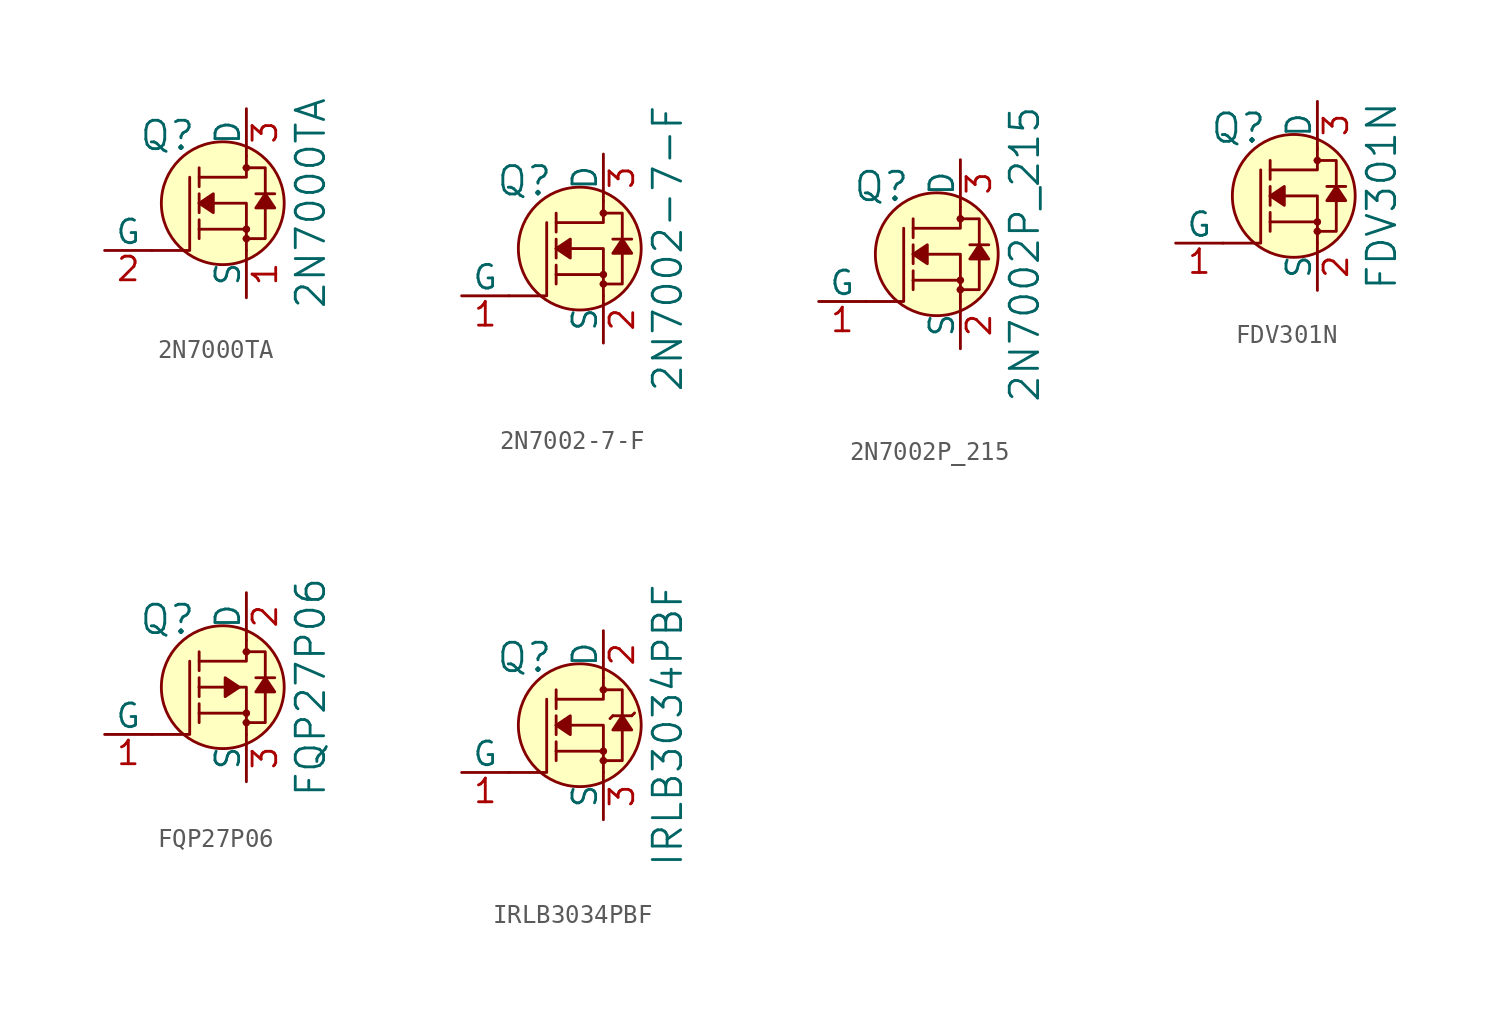
<source format=kicad_sym>
(kicad_symbol_lib
  (version 20220914)
  (generator kicad_symbol_editor)
  (symbol "2N7000TA"
    (pin_names
      (offset 0))
    (property "Reference" "Q"
      (at -2.692 3.632 0)
      (effects (font (size 1.524 1.524)) (justify right)))
    (property "Value" "2N7000TA"
      (at 3.454 0 90)
      (effects (font (size 1.524 1.524))))
    (symbol "2N7000TA_0_1"
      (circle (center -1.27 0) (radius 3.302) (stroke (width 0) (type solid)) (fill (type background)))
      (circle (center 0 -1.905) (radius 0.127) (stroke (width 0) (type solid)) (fill (type none)))
      (circle (center 0 -1.397) (radius 0.127) (stroke (width 0) (type solid)) (fill (type none)))
      (polyline (pts (xy 0 -1.397) (xy -2.54 -1.397)) (stroke (width 0) (type solid)) (fill (type none)))
      (polyline (pts (xy -5.08 -2.54) (xy -3.048 -2.54) (xy -3.048 1.397)) (stroke (width 0) (type solid)) (fill (type none)))
      (polyline (pts (xy 0 -2.54) (xy 0 0) (xy -2.54 0)) (stroke (width 0) (type solid)) (fill (type none)))
      (polyline (pts (xy 0 2.54) (xy 0 1.397) (xy -2.54 1.397)) (stroke (width 0) (type solid)) (fill (type none)))
      (polyline (pts (xy -0.127 -1.905) (xy 1.016 -1.905) (xy 1.016 1.397) (xy 1.016 1.905) (xy -0.127 1.905)) (stroke (width 0) (type solid)) (fill (type none)))
      (circle (center 0 1.905) (radius 0.127) (stroke (width 0) (type solid)) (fill (type none))))
    (symbol "2N7000TA_1_1"
      (polyline (pts (xy -2.54 -1.397) (xy -2.54 -1.905)) (stroke (width 0) (type solid)) (fill (type none)))
      (polyline (pts (xy -2.54 -1.397) (xy -2.54 -0.889)) (stroke (width 0) (type solid)) (fill (type none)))
      (polyline (pts (xy -2.54 0) (xy -2.54 -0.508)) (stroke (width 0) (type solid)) (fill (type none)))
      (polyline (pts (xy -2.54 0) (xy -2.54 0.508)) (stroke (width 0) (type solid)) (fill (type none)))
      (polyline (pts (xy -2.54 1.905) (xy -2.54 0.889)) (stroke (width 0) (type solid)) (fill (type none)))
      (polyline (pts (xy 1.524 0.508) (xy 0.508 0.508)) (stroke (width 0) (type solid)) (fill (type none)))
      (polyline (pts (xy -2.54 0) (xy -1.778 0.508) (xy -1.778 -0.508) (xy -2.54 0)) (stroke (width 0) (type solid)) (fill (type outline)))
      (polyline (pts (xy 1.016 0.508) (xy 0.508 -0.254) (xy 1.524 -0.254) (xy 1.016 0.508)) (stroke (width 0) (type solid)) (fill (type outline)))
      (pin bidirectional line (at 0 -5.08 90) (length 2.54) (name "S" (effects (font (size 1.27 1.27)))) (number "1" (effects (font (size 1.27 1.27)))))
      (pin bidirectional line (at -7.62 -2.54 0) (length 2.54) (name "G" (effects (font (size 1.27 1.27)))) (number "2" (effects (font (size 1.27 1.27)))))
      (pin bidirectional line (at 0 5.08 270) (length 2.54) (name "D" (effects (font (size 1.27 1.27)))) (number "3" (effects (font (size 1.27 1.27)))))))
  (symbol "2N7002-7-F"
    (pin_names
      (offset 0))
    (property "Reference" "Q"
      (at -2.692 3.632 0)
      (effects (font (size 1.524 1.524)) (justify right)))
    (property "Value" "2N7002-7-F"
      (at 3.454 0 90)
      (effects (font (size 1.524 1.524))))
    (symbol "2N7002-7-F_0_1"
      (circle (center -1.27 0) (radius 3.302) (stroke (width 0) (type solid)) (fill (type background)))
      (circle (center 0 -1.905) (radius 0.127) (stroke (width 0) (type solid)) (fill (type none)))
      (circle (center 0 -1.397) (radius 0.127) (stroke (width 0) (type solid)) (fill (type none)))
      (polyline (pts (xy 0 -1.397) (xy -2.54 -1.397)) (stroke (width 0) (type solid)) (fill (type none)))
      (polyline (pts (xy -5.08 -2.54) (xy -3.048 -2.54) (xy -3.048 1.397)) (stroke (width 0) (type solid)) (fill (type none)))
      (polyline (pts (xy 0 -2.54) (xy 0 0) (xy -2.54 0)) (stroke (width 0) (type solid)) (fill (type none)))
      (polyline (pts (xy 0 2.54) (xy 0 1.397) (xy -2.54 1.397)) (stroke (width 0) (type solid)) (fill (type none)))
      (polyline (pts (xy -0.127 -1.905) (xy 1.016 -1.905) (xy 1.016 1.397) (xy 1.016 1.905) (xy -0.127 1.905)) (stroke (width 0) (type solid)) (fill (type none)))
      (circle (center 0 1.905) (radius 0.127) (stroke (width 0) (type solid)) (fill (type none))))
    (symbol "2N7002-7-F_1_1"
      (polyline (pts (xy -2.54 -1.397) (xy -2.54 -1.905)) (stroke (width 0) (type solid)) (fill (type none)))
      (polyline (pts (xy -2.54 -1.397) (xy -2.54 -0.889)) (stroke (width 0) (type solid)) (fill (type none)))
      (polyline (pts (xy -2.54 0) (xy -2.54 -0.508)) (stroke (width 0) (type solid)) (fill (type none)))
      (polyline (pts (xy -2.54 0) (xy -2.54 0.508)) (stroke (width 0) (type solid)) (fill (type none)))
      (polyline (pts (xy -2.54 1.905) (xy -2.54 0.889)) (stroke (width 0) (type solid)) (fill (type none)))
      (polyline (pts (xy 1.524 0.508) (xy 0.508 0.508)) (stroke (width 0) (type solid)) (fill (type none)))
      (polyline (pts (xy -2.54 0) (xy -1.778 0.508) (xy -1.778 -0.508) (xy -2.54 0)) (stroke (width 0) (type solid)) (fill (type outline)))
      (polyline (pts (xy 1.016 0.508) (xy 0.508 -0.254) (xy 1.524 -0.254) (xy 1.016 0.508)) (stroke (width 0) (type solid)) (fill (type outline)))
      (pin bidirectional line (at -7.62 -2.54 0) (length 2.54) (name "G" (effects (font (size 1.27 1.27)))) (number "1" (effects (font (size 1.27 1.27)))))
      (pin bidirectional line (at 0 -5.08 90) (length 2.54) (name "S" (effects (font (size 1.27 1.27)))) (number "2" (effects (font (size 1.27 1.27)))))
      (pin bidirectional line (at 0 5.08 270) (length 2.54) (name "D" (effects (font (size 1.27 1.27)))) (number "3" (effects (font (size 1.27 1.27)))))))
  (symbol "2N7002P_215"
    (pin_names
      (offset 0))
    (property "Reference" "Q"
      (at -2.692 3.632 0)
      (effects (font (size 1.524 1.524)) (justify right)))
    (property "Value" "2N7002P_215"
      (at 3.454 0 90)
      (effects (font (size 1.524 1.524))))
    (symbol "2N7002P_215_0_1"
      (circle (center -1.27 0) (radius 3.302) (stroke (width 0) (type solid)) (fill (type background)))
      (circle (center 0 -1.905) (radius 0.127) (stroke (width 0) (type solid)) (fill (type none)))
      (circle (center 0 -1.397) (radius 0.127) (stroke (width 0) (type solid)) (fill (type none)))
      (polyline (pts (xy 0 -1.397) (xy -2.54 -1.397)) (stroke (width 0) (type solid)) (fill (type none)))
      (polyline (pts (xy -5.08 -2.54) (xy -3.048 -2.54) (xy -3.048 1.397)) (stroke (width 0) (type solid)) (fill (type none)))
      (polyline (pts (xy 0 -2.54) (xy 0 0) (xy -2.54 0)) (stroke (width 0) (type solid)) (fill (type none)))
      (polyline (pts (xy 0 2.54) (xy 0 1.397) (xy -2.54 1.397)) (stroke (width 0) (type solid)) (fill (type none)))
      (polyline (pts (xy -0.127 -1.905) (xy 1.016 -1.905) (xy 1.016 1.397) (xy 1.016 1.905) (xy -0.127 1.905)) (stroke (width 0) (type solid)) (fill (type none)))
      (circle (center 0 1.905) (radius 0.127) (stroke (width 0) (type solid)) (fill (type none))))
    (symbol "2N7002P_215_1_1"
      (polyline (pts (xy -2.54 -1.397) (xy -2.54 -1.905)) (stroke (width 0) (type solid)) (fill (type none)))
      (polyline (pts (xy -2.54 -1.397) (xy -2.54 -0.889)) (stroke (width 0) (type solid)) (fill (type none)))
      (polyline (pts (xy -2.54 0) (xy -2.54 -0.508)) (stroke (width 0) (type solid)) (fill (type none)))
      (polyline (pts (xy -2.54 0) (xy -2.54 0.508)) (stroke (width 0) (type solid)) (fill (type none)))
      (polyline (pts (xy -2.54 1.905) (xy -2.54 0.889)) (stroke (width 0) (type solid)) (fill (type none)))
      (polyline (pts (xy 1.524 0.508) (xy 0.508 0.508)) (stroke (width 0) (type solid)) (fill (type none)))
      (polyline (pts (xy -2.54 0) (xy -1.778 0.508) (xy -1.778 -0.508) (xy -2.54 0)) (stroke (width 0) (type solid)) (fill (type outline)))
      (polyline (pts (xy 1.016 0.508) (xy 0.508 -0.254) (xy 1.524 -0.254) (xy 1.016 0.508)) (stroke (width 0) (type solid)) (fill (type outline)))
      (pin bidirectional line (at -7.62 -2.54 0) (length 2.54) (name "G" (effects (font (size 1.27 1.27)))) (number "1" (effects (font (size 1.27 1.27)))))
      (pin bidirectional line (at 0 -5.08 90) (length 2.54) (name "S" (effects (font (size 1.27 1.27)))) (number "2" (effects (font (size 1.27 1.27)))))
      (pin bidirectional line (at 0 5.08 270) (length 2.54) (name "D" (effects (font (size 1.27 1.27)))) (number "3" (effects (font (size 1.27 1.27)))))))
  (symbol "FDV301N"
    (pin_names
      (offset 0))
    (property "Reference" "Q"
      (at -2.692 3.632 0)
      (effects (font (size 1.524 1.524)) (justify right)))
    (property "Value" "FDV301N"
      (at 3.454 0 90)
      (effects (font (size 1.524 1.524))))
    (symbol "FDV301N_0_1"
      (circle (center -1.27 0) (radius 3.302) (stroke (width 0) (type solid)) (fill (type background)))
      (circle (center 0 -1.905) (radius 0.127) (stroke (width 0) (type solid)) (fill (type none)))
      (circle (center 0 -1.397) (radius 0.127) (stroke (width 0) (type solid)) (fill (type none)))
      (polyline (pts (xy 0 -1.397) (xy -2.54 -1.397)) (stroke (width 0) (type solid)) (fill (type none)))
      (polyline (pts (xy -5.08 -2.54) (xy -3.048 -2.54) (xy -3.048 1.397)) (stroke (width 0) (type solid)) (fill (type none)))
      (polyline (pts (xy 0 -2.54) (xy 0 0) (xy -2.54 0)) (stroke (width 0) (type solid)) (fill (type none)))
      (polyline (pts (xy 0 2.54) (xy 0 1.397) (xy -2.54 1.397)) (stroke (width 0) (type solid)) (fill (type none)))
      (polyline (pts (xy -0.127 -1.905) (xy 1.016 -1.905) (xy 1.016 1.397) (xy 1.016 1.905) (xy -0.127 1.905)) (stroke (width 0) (type solid)) (fill (type none)))
      (circle (center 0 1.905) (radius 0.127) (stroke (width 0) (type solid)) (fill (type none))))
    (symbol "FDV301N_1_1"
      (polyline (pts (xy -2.54 -1.397) (xy -2.54 -1.905)) (stroke (width 0) (type solid)) (fill (type none)))
      (polyline (pts (xy -2.54 -1.397) (xy -2.54 -0.889)) (stroke (width 0) (type solid)) (fill (type none)))
      (polyline (pts (xy -2.54 0) (xy -2.54 -0.508)) (stroke (width 0) (type solid)) (fill (type none)))
      (polyline (pts (xy -2.54 0) (xy -2.54 0.508)) (stroke (width 0) (type solid)) (fill (type none)))
      (polyline (pts (xy -2.54 1.905) (xy -2.54 0.889)) (stroke (width 0) (type solid)) (fill (type none)))
      (polyline (pts (xy 1.524 0.508) (xy 0.508 0.508)) (stroke (width 0) (type solid)) (fill (type none)))
      (polyline (pts (xy -2.54 0) (xy -1.778 0.508) (xy -1.778 -0.508) (xy -2.54 0)) (stroke (width 0) (type solid)) (fill (type outline)))
      (polyline (pts (xy 1.016 0.508) (xy 0.508 -0.254) (xy 1.524 -0.254) (xy 1.016 0.508)) (stroke (width 0) (type solid)) (fill (type outline)))
      (pin bidirectional line (at -7.62 -2.54 0) (length 2.54) (name "G" (effects (font (size 1.27 1.27)))) (number "1" (effects (font (size 1.27 1.27)))))
      (pin bidirectional line (at 0 -5.08 90) (length 2.54) (name "S" (effects (font (size 1.27 1.27)))) (number "2" (effects (font (size 1.27 1.27)))))
      (pin bidirectional line (at 0 5.08 270) (length 2.54) (name "D" (effects (font (size 1.27 1.27)))) (number "3" (effects (font (size 1.27 1.27)))))))
  (symbol "FQP27P06"
    (pin_names
      (offset 0))
    (property "Reference" "Q"
      (at -2.692 3.632 0)
      (effects (font (size 1.524 1.524)) (justify right)))
    (property "Value" "FQP27P06"
      (at 3.454 0 90)
      (effects (font (size 1.524 1.524))))
    (symbol "FQP27P06_0_1"
      (circle (center -1.27 0) (radius 3.302) (stroke (width 0) (type solid)) (fill (type background)))
      (circle (center 0 -1.905) (radius 0.127) (stroke (width 0) (type solid)) (fill (type none)))
      (circle (center 0 -1.397) (radius 0.127) (stroke (width 0) (type solid)) (fill (type none)))
      (polyline (pts (xy 0 -1.397) (xy -2.54 -1.397)) (stroke (width 0) (type solid)) (fill (type none)))
      (polyline (pts (xy -5.08 -2.54) (xy -3.048 -2.54) (xy -3.048 1.397)) (stroke (width 0) (type solid)) (fill (type none)))
      (polyline (pts (xy 0 -2.54) (xy 0 0) (xy -2.54 0)) (stroke (width 0) (type solid)) (fill (type none)))
      (polyline (pts (xy 0 2.54) (xy 0 1.397) (xy -2.54 1.397)) (stroke (width 0) (type solid)) (fill (type none)))
      (polyline (pts (xy -0.127 -1.905) (xy 1.016 -1.905) (xy 1.016 1.397) (xy 1.016 1.905) (xy -0.127 1.905)) (stroke (width 0) (type solid)) (fill (type none)))
      (circle (center 0 1.905) (radius 0.127) (stroke (width 0) (type solid)) (fill (type none))))
    (symbol "FQP27P06_1_1"
      (polyline (pts (xy -2.54 -1.397) (xy -2.54 -1.905)) (stroke (width 0) (type solid)) (fill (type none)))
      (polyline (pts (xy -2.54 -1.397) (xy -2.54 -0.889)) (stroke (width 0) (type solid)) (fill (type none)))
      (polyline (pts (xy -2.54 0) (xy -2.54 -0.508)) (stroke (width 0) (type solid)) (fill (type none)))
      (polyline (pts (xy -2.54 0) (xy -2.54 0.508)) (stroke (width 0) (type solid)) (fill (type none)))
      (polyline (pts (xy -2.54 1.905) (xy -2.54 0.889)) (stroke (width 0) (type solid)) (fill (type none)))
      (polyline (pts (xy 1.524 0.508) (xy 0.508 0.508)) (stroke (width 0) (type solid)) (fill (type none)))
      (polyline (pts (xy -0.381 0) (xy -1.143 0.508) (xy -1.143 -0.508) (xy -0.381 0)) (stroke (width 0) (type solid)) (fill (type outline)))
      (polyline (pts (xy 1.016 0.508) (xy 0.508 -0.254) (xy 1.524 -0.254) (xy 1.016 0.508)) (stroke (width 0) (type solid)) (fill (type outline)))
      (pin bidirectional line (at -7.62 -2.54 0) (length 2.54) (name "G" (effects (font (size 1.27 1.27)))) (number "1" (effects (font (size 1.27 1.27)))))
      (pin bidirectional line (at 0 5.08 270) (length 2.54) (name "D" (effects (font (size 1.27 1.27)))) (number "2" (effects (font (size 1.27 1.27)))))
      (pin bidirectional line (at 0 -5.08 90) (length 2.54) (name "S" (effects (font (size 1.27 1.27)))) (number "3" (effects (font (size 1.27 1.27)))))))
  (symbol "IRLB3034PBF"
    (pin_names
      (offset 0))
    (property "Reference" "Q"
      (at -2.692 3.632 0)
      (effects (font (size 1.524 1.524)) (justify right)))
    (property "Value" "IRLB3034PBF"
      (at 3.454 0 90)
      (effects (font (size 1.524 1.524))))
    (symbol "IRLB3034PBF_0_1"
      (circle (center -1.27 0) (radius 3.302) (stroke (width 0) (type solid)) (fill (type background)))
      (circle (center 0 -1.905) (radius 0.127) (stroke (width 0) (type solid)) (fill (type none)))
      (circle (center 0 -1.397) (radius 0.127) (stroke (width 0) (type solid)) (fill (type none)))
      (polyline (pts (xy 0 -1.397) (xy -2.54 -1.397)) (stroke (width 0) (type solid)) (fill (type none)))
      (polyline (pts (xy 0.508 0.508) (xy 0.356 0.356)) (stroke (width 0) (type solid)) (fill (type none)))
      (polyline (pts (xy 1.524 0.508) (xy 1.676 0.66)) (stroke (width 0) (type solid)) (fill (type none)))
      (polyline (pts (xy -5.08 -2.54) (xy -3.048 -2.54) (xy -3.048 1.397)) (stroke (width 0) (type solid)) (fill (type none)))
      (polyline (pts (xy 0 -2.54) (xy 0 0) (xy -2.54 0)) (stroke (width 0) (type solid)) (fill (type none)))
      (polyline (pts (xy 0 2.54) (xy 0 1.397) (xy -2.54 1.397)) (stroke (width 0) (type solid)) (fill (type none)))
      (polyline (pts (xy -0.127 -1.905) (xy 1.016 -1.905) (xy 1.016 1.397) (xy 1.016 1.905) (xy -0.127 1.905)) (stroke (width 0) (type solid)) (fill (type none)))
      (circle (center 0 1.905) (radius 0.127) (stroke (width 0) (type solid)) (fill (type none))))
    (symbol "IRLB3034PBF_1_1"
      (polyline (pts (xy -2.54 -1.397) (xy -2.54 -1.905)) (stroke (width 0) (type solid)) (fill (type none)))
      (polyline (pts (xy -2.54 -1.397) (xy -2.54 -0.889)) (stroke (width 0) (type solid)) (fill (type none)))
      (polyline (pts (xy -2.54 0) (xy -2.54 -0.508)) (stroke (width 0) (type solid)) (fill (type none)))
      (polyline (pts (xy -2.54 0) (xy -2.54 0.508)) (stroke (width 0) (type solid)) (fill (type none)))
      (polyline (pts (xy -2.54 1.905) (xy -2.54 0.889)) (stroke (width 0) (type solid)) (fill (type none)))
      (polyline (pts (xy 1.524 0.508) (xy 0.508 0.508)) (stroke (width 0) (type solid)) (fill (type none)))
      (polyline (pts (xy -2.54 0) (xy -1.778 0.508) (xy -1.778 -0.508) (xy -2.54 0)) (stroke (width 0) (type solid)) (fill (type outline)))
      (polyline (pts (xy 1.016 0.508) (xy 0.508 -0.254) (xy 1.524 -0.254) (xy 1.016 0.508)) (stroke (width 0) (type solid)) (fill (type outline)))
      (pin bidirectional line (at -7.62 -2.54 0) (length 2.54) (name "G" (effects (font (size 1.27 1.27)))) (number "1" (effects (font (size 1.27 1.27)))))
      (pin bidirectional line (at 0 5.08 270) (length 2.54) (name "D" (effects (font (size 1.27 1.27)))) (number "2" (effects (font (size 1.27 1.27)))))
      (pin bidirectional line (at 0 -5.08 90) (length 2.54) (name "S" (effects (font (size 1.27 1.27)))) (number "3" (effects (font (size 1.27 1.27))))))))
</source>
